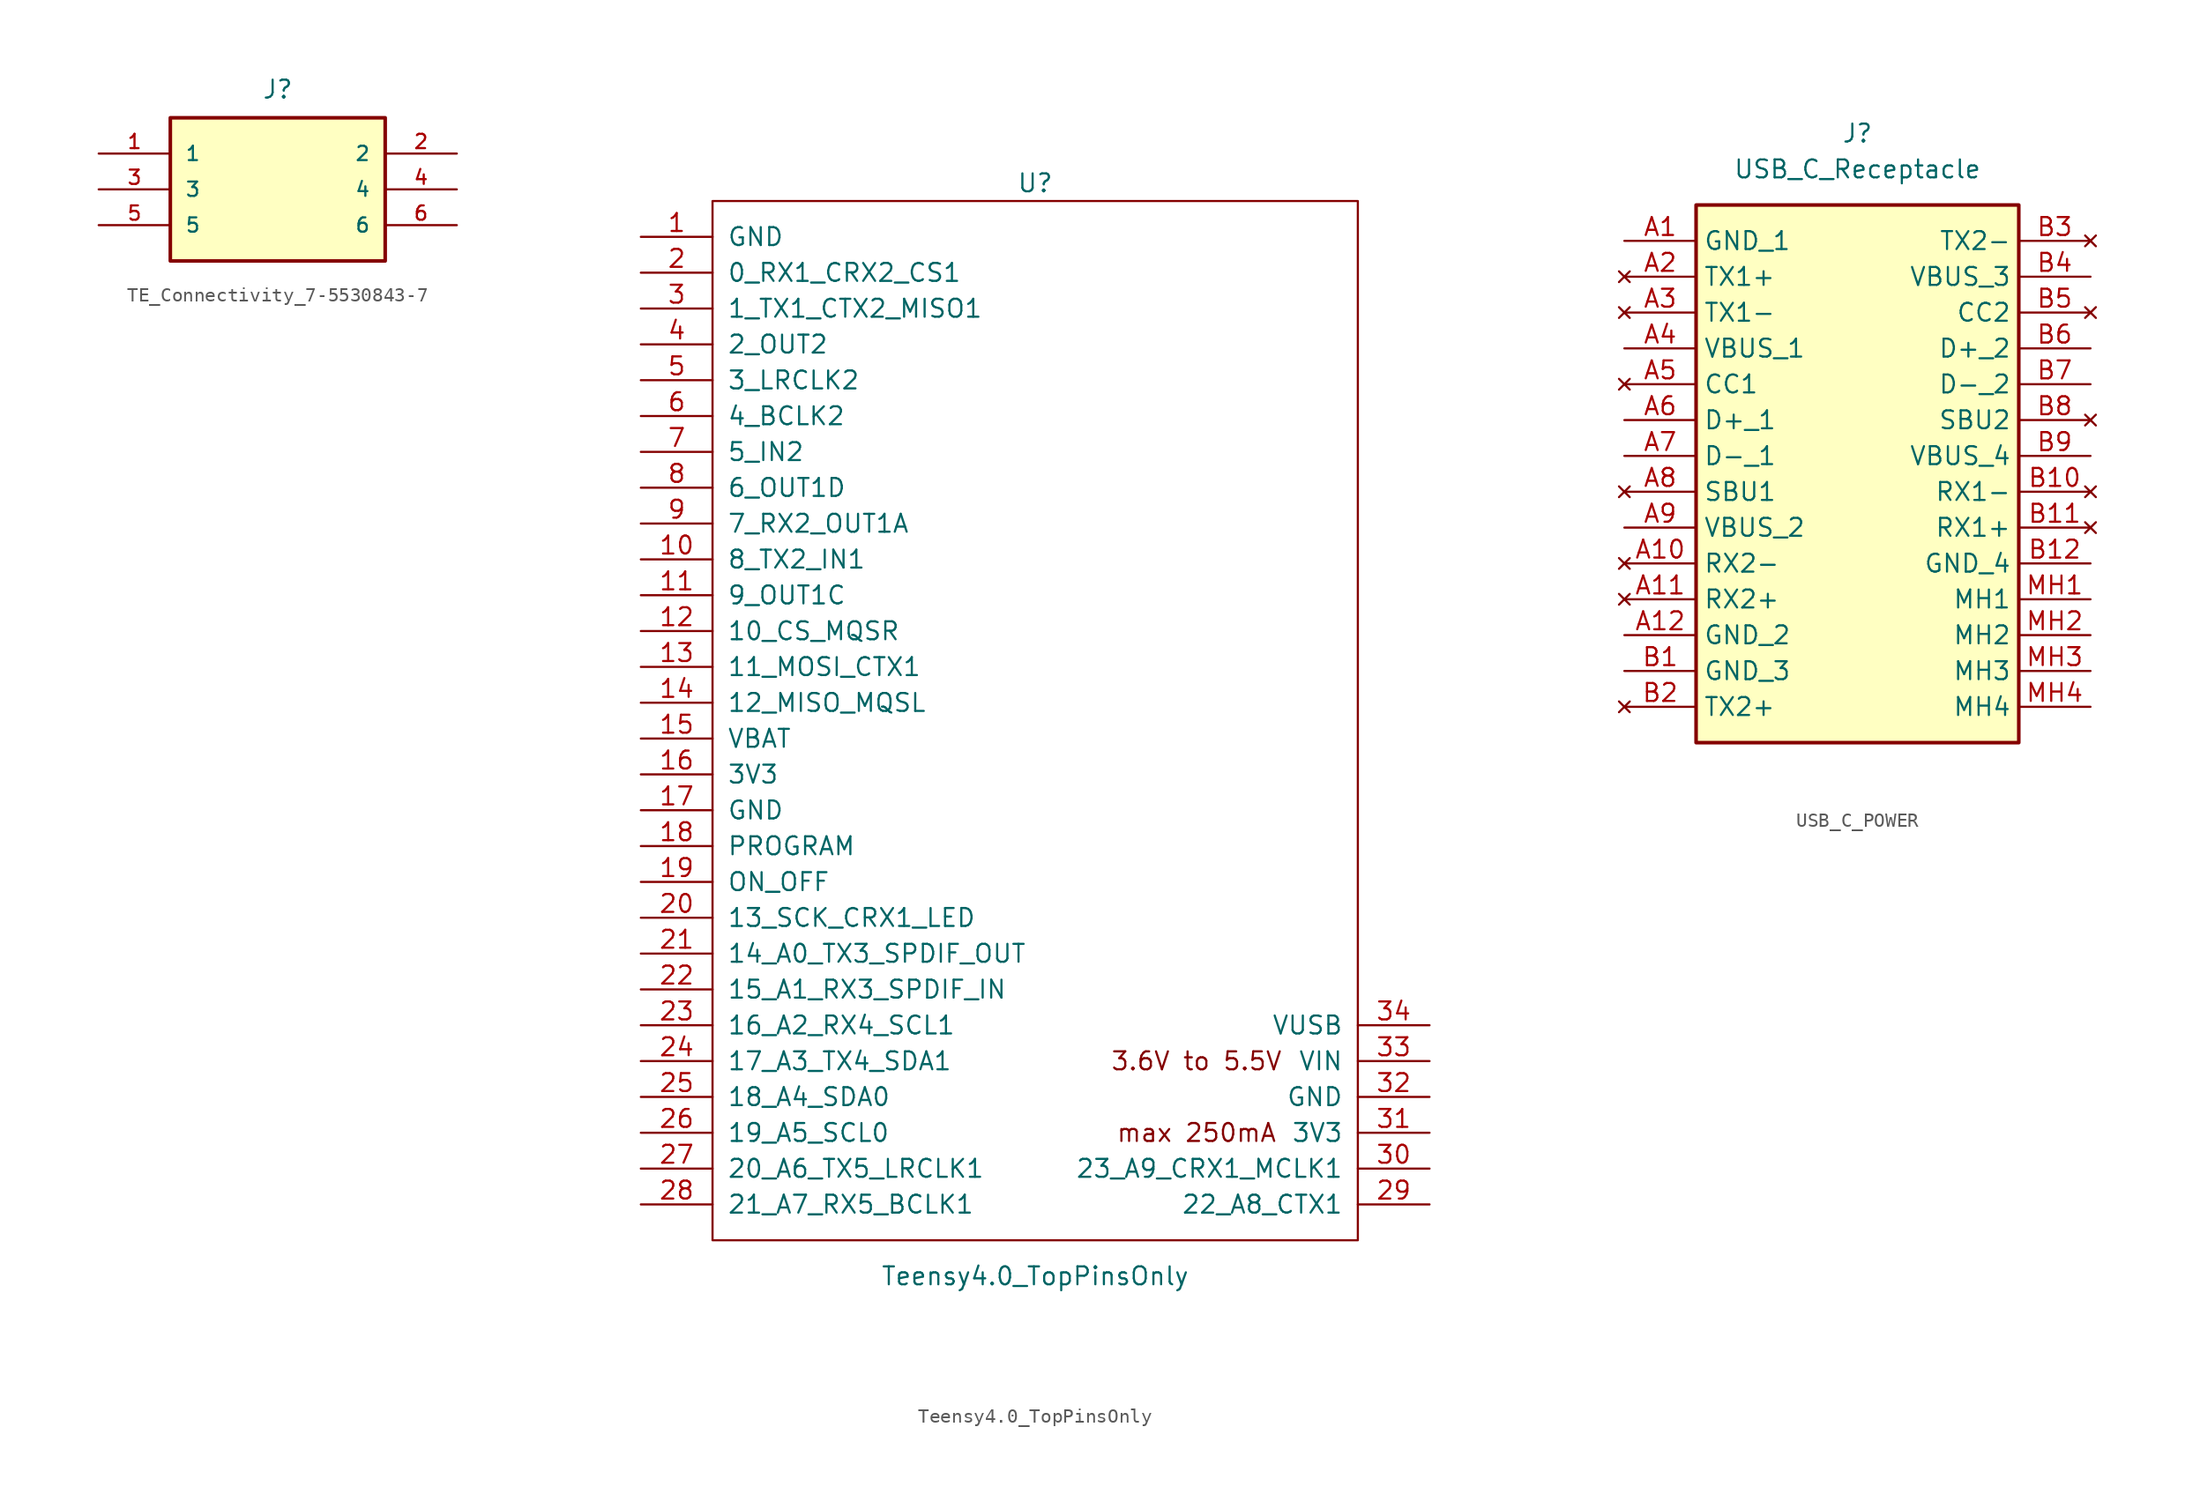
<source format=kicad_sym>
(kicad_symbol_lib
  (version 20220914)
  (generator kicad_symbol_editor)
  (symbol "TE_Connectivity_7-5530843-7"
    (pin_names
      (offset 1.016))
    (property "Reference" "J"
      (at 0 6.35 0)
      (effects (font (size 1.27 1.27)) (justify bottom)))
    (symbol "TE_Connectivity_7-5530843-7_0_0"
      (rectangle (start -7.62 -5.08) (end 7.62 5.08) (stroke (width 0.254) (type solid)) (fill (type background)))
      (pin passive line (at -12.7 2.54 0) (length 5.08) (name "1" (effects (font (size 1.016 1.016)))) (number "1" (effects (font (size 1.016 1.016)))))
      (pin passive line (at 12.7 2.54 180) (length 5.08) (name "2" (effects (font (size 1.016 1.016)))) (number "2" (effects (font (size 1.016 1.016)))))
      (pin passive line (at -12.7 0 0) (length 5.08) (name "3" (effects (font (size 1.016 1.016)))) (number "3" (effects (font (size 1.016 1.016)))))
      (pin passive line (at 12.7 0 180) (length 5.08) (name "4" (effects (font (size 1.016 1.016)))) (number "4" (effects (font (size 1.016 1.016)))))
      (pin passive line (at -12.7 -2.54 0) (length 5.08) (name "5" (effects (font (size 1.016 1.016)))) (number "5" (effects (font (size 1.016 1.016)))))
      (pin passive line (at 12.7 -2.54 180) (length 5.08) (name "6" (effects (font (size 1.016 1.016)))) (number "6" (effects (font (size 1.016 1.016)))))))
  (symbol "Teensy4.0_TopPinsOnly"
    (pin_names
      (offset 1.016))
    (property "Reference" "U"
      (at 0 38.1 0)
      (effects (font (size 1.27 1.27))))
    (property "Value" "Teensy4.0_TopPinsOnly"
      (at 0 -39.37 0)
      (effects (font (size 1.27 1.27))))
    (symbol "Teensy4.0_TopPinsOnly_0_0"
      (text "3.6V to 5.5V" (at 11.43 -24.13 0) (effects (font (size 1.27 1.27))))
      (text "max 250mA" (at 11.43 -29.21 0) (effects (font (size 1.27 1.27))))
      (pin bidirectional line (at -27.94 11.43 0) (length 5.08) (name "8_TX2_IN1" (effects (font (size 1.27 1.27)))) (number "10" (effects (font (size 1.27 1.27)))))
      (pin bidirectional line (at -27.94 8.89 0) (length 5.08) (name "9_OUT1C" (effects (font (size 1.27 1.27)))) (number "11" (effects (font (size 1.27 1.27)))))
      (pin bidirectional line (at -27.94 6.35 0) (length 5.08) (name "10_CS_MQSR" (effects (font (size 1.27 1.27)))) (number "12" (effects (font (size 1.27 1.27)))))
      (pin bidirectional line (at -27.94 3.81 0) (length 5.08) (name "11_MOSI_CTX1" (effects (font (size 1.27 1.27)))) (number "13" (effects (font (size 1.27 1.27)))))
      (pin bidirectional line (at -27.94 1.27 0) (length 5.08) (name "12_MISO_MQSL" (effects (font (size 1.27 1.27)))) (number "14" (effects (font (size 1.27 1.27)))))
      (pin power_in line (at -27.94 -1.27 0) (length 5.08) (name "VBAT" (effects (font (size 1.27 1.27)))) (number "15" (effects (font (size 1.27 1.27)))))
      (pin power_in line (at -27.94 -3.81 0) (length 5.08) (name "3V3" (effects (font (size 1.27 1.27)))) (number "16" (effects (font (size 1.27 1.27)))))
      (pin power_in line (at -27.94 -6.35 0) (length 5.08) (name "GND" (effects (font (size 1.27 1.27)))) (number "17" (effects (font (size 1.27 1.27)))))
      (pin input line (at -27.94 -8.89 0) (length 5.08) (name "PROGRAM" (effects (font (size 1.27 1.27)))) (number "18" (effects (font (size 1.27 1.27)))))
      (pin input line (at -27.94 -11.43 0) (length 5.08) (name "ON_OFF" (effects (font (size 1.27 1.27)))) (number "19" (effects (font (size 1.27 1.27)))))
      (pin bidirectional line (at -27.94 -13.97 0) (length 5.08) (name "13_SCK_CRX1_LED" (effects (font (size 1.27 1.27)))) (number "20" (effects (font (size 1.27 1.27)))))
      (pin bidirectional line (at -27.94 -16.51 0) (length 5.08) (name "14_A0_TX3_SPDIF_OUT" (effects (font (size 1.27 1.27)))) (number "21" (effects (font (size 1.27 1.27)))))
      (pin bidirectional line (at -27.94 -19.05 0) (length 5.08) (name "15_A1_RX3_SPDIF_IN" (effects (font (size 1.27 1.27)))) (number "22" (effects (font (size 1.27 1.27)))))
      (pin bidirectional line (at -27.94 -21.59 0) (length 5.08) (name "16_A2_RX4_SCL1" (effects (font (size 1.27 1.27)))) (number "23" (effects (font (size 1.27 1.27)))))
      (pin bidirectional line (at -27.94 -24.13 0) (length 5.08) (name "17_A3_TX4_SDA1" (effects (font (size 1.27 1.27)))) (number "24" (effects (font (size 1.27 1.27)))))
      (pin bidirectional line (at -27.94 -26.67 0) (length 5.08) (name "18_A4_SDA0" (effects (font (size 1.27 1.27)))) (number "25" (effects (font (size 1.27 1.27)))))
      (pin bidirectional line (at -27.94 -29.21 0) (length 5.08) (name "19_A5_SCL0" (effects (font (size 1.27 1.27)))) (number "26" (effects (font (size 1.27 1.27)))))
      (pin bidirectional line (at -27.94 -31.75 0) (length 5.08) (name "20_A6_TX5_LRCLK1" (effects (font (size 1.27 1.27)))) (number "27" (effects (font (size 1.27 1.27)))))
      (pin bidirectional line (at -27.94 -34.29 0) (length 5.08) (name "21_A7_RX5_BCLK1" (effects (font (size 1.27 1.27)))) (number "28" (effects (font (size 1.27 1.27)))))
      (pin bidirectional line (at 27.94 -34.29 180) (length 5.08) (name "22_A8_CTX1" (effects (font (size 1.27 1.27)))) (number "29" (effects (font (size 1.27 1.27)))))
      (pin bidirectional line (at 27.94 -31.75 180) (length 5.08) (name "23_A9_CRX1_MCLK1" (effects (font (size 1.27 1.27)))) (number "30" (effects (font (size 1.27 1.27)))))
      (pin power_out line (at 27.94 -29.21 180) (length 5.08) (name "3V3" (effects (font (size 1.27 1.27)))) (number "31" (effects (font (size 1.27 1.27)))))
      (pin power_in line (at 27.94 -26.67 180) (length 5.08) (name "GND" (effects (font (size 1.27 1.27)))) (number "32" (effects (font (size 1.27 1.27)))))
      (pin power_in line (at 27.94 -24.13 180) (length 5.08) (name "VIN" (effects (font (size 1.27 1.27)))) (number "33" (effects (font (size 1.27 1.27)))))
      (pin power_out line (at 27.94 -21.59 180) (length 5.08) (name "VUSB" (effects (font (size 1.27 1.27)))) (number "34" (effects (font (size 1.27 1.27)))))
      (pin bidirectional line (at -27.94 24.13 0) (length 5.08) (name "3_LRCLK2" (effects (font (size 1.27 1.27)))) (number "5" (effects (font (size 1.27 1.27)))))
      (pin bidirectional line (at -27.94 21.59 0) (length 5.08) (name "4_BCLK2" (effects (font (size 1.27 1.27)))) (number "6" (effects (font (size 1.27 1.27)))))
      (pin bidirectional line (at -27.94 19.05 0) (length 5.08) (name "5_IN2" (effects (font (size 1.27 1.27)))) (number "7" (effects (font (size 1.27 1.27)))))
      (pin bidirectional line (at -27.94 16.51 0) (length 5.08) (name "6_OUT1D" (effects (font (size 1.27 1.27)))) (number "8" (effects (font (size 1.27 1.27)))))
      (pin bidirectional line (at -27.94 13.97 0) (length 5.08) (name "7_RX2_OUT1A" (effects (font (size 1.27 1.27)))) (number "9" (effects (font (size 1.27 1.27))))))
    (symbol "Teensy4.0_TopPinsOnly_0_1"
      (rectangle (start -22.86 36.83) (end 22.86 -36.83) (stroke (width 0) (type solid)) (fill (type none)))
      (rectangle (start -20.32 -31.75) (end -20.32 -31.75) (stroke (width 0) (type solid)) (fill (type none))))
    (symbol "Teensy4.0_TopPinsOnly_1_1"
      (pin power_in line (at -27.94 34.29 0) (length 5.08) (name "GND" (effects (font (size 1.27 1.27)))) (number "1" (effects (font (size 1.27 1.27)))))
      (pin bidirectional line (at -27.94 31.75 0) (length 5.08) (name "0_RX1_CRX2_CS1" (effects (font (size 1.27 1.27)))) (number "2" (effects (font (size 1.27 1.27)))))
      (pin bidirectional line (at -27.94 29.21 0) (length 5.08) (name "1_TX1_CTX2_MISO1" (effects (font (size 1.27 1.27)))) (number "3" (effects (font (size 1.27 1.27)))))
      (pin bidirectional line (at -27.94 26.67 0) (length 5.08) (name "2_OUT2" (effects (font (size 1.27 1.27)))) (number "4" (effects (font (size 1.27 1.27)))))))
  (symbol "USB_C_POWER"
    (property "Reference" "J"
      (at 0 24.13 0)
      (effects (font (size 1.27 1.27))))
    (property "Value" "USB_C_Receptacle"
      (at 0 21.59 0)
      (effects (font (size 1.27 1.27))))
    (symbol "USB_C_POWER_1_1"
      (rectangle (start -11.43 19.05) (end 11.43 -19.05) (stroke (width 0.254) (type default)) (fill (type background)))
      (pin power_out line (at -16.51 16.51 0) (length 5.08) (name "GND_1" (effects (font (size 1.27 1.27)))) (number "A1" (effects (font (size 1.27 1.27)))))
      (pin no_connect line (at -16.51 -6.35 0) (length 5.08) (name "RX2-" (effects (font (size 1.27 1.27)))) (number "A10" (effects (font (size 1.27 1.27)))))
      (pin no_connect line (at -16.51 -8.89 0) (length 5.08) (name "RX2+" (effects (font (size 1.27 1.27)))) (number "A11" (effects (font (size 1.27 1.27)))))
      (pin passive line (at -16.51 -11.43 0) (length 5.08) (name "GND_2" (effects (font (size 1.27 1.27)))) (number "A12" (effects (font (size 1.27 1.27)))))
      (pin no_connect line (at -16.51 13.97 0) (length 5.08) (name "TX1+" (effects (font (size 1.27 1.27)))) (number "A2" (effects (font (size 1.27 1.27)))))
      (pin no_connect line (at -16.51 11.43 0) (length 5.08) (name "TX1-" (effects (font (size 1.27 1.27)))) (number "A3" (effects (font (size 1.27 1.27)))))
      (pin power_out line (at -16.51 8.89 0) (length 5.08) (name "VBUS_1" (effects (font (size 1.27 1.27)))) (number "A4" (effects (font (size 1.27 1.27)))))
      (pin no_connect line (at -16.51 6.35 0) (length 5.08) (name "CC1" (effects (font (size 1.27 1.27)))) (number "A5" (effects (font (size 1.27 1.27)))))
      (pin bidirectional line (at -16.51 3.81 0) (length 5.08) (name "D+_1" (effects (font (size 1.27 1.27)))) (number "A6" (effects (font (size 1.27 1.27)))))
      (pin bidirectional line (at -16.51 1.27 0) (length 5.08) (name "D-_1" (effects (font (size 1.27 1.27)))) (number "A7" (effects (font (size 1.27 1.27)))))
      (pin no_connect line (at -16.51 -1.27 0) (length 5.08) (name "SBU1" (effects (font (size 1.27 1.27)))) (number "A8" (effects (font (size 1.27 1.27)))))
      (pin passive line (at -16.51 -3.81 0) (length 5.08) (name "VBUS_2" (effects (font (size 1.27 1.27)))) (number "A9" (effects (font (size 1.27 1.27)))))
      (pin passive line (at -16.51 -13.97 0) (length 5.08) (name "GND_3" (effects (font (size 1.27 1.27)))) (number "B1" (effects (font (size 1.27 1.27)))))
      (pin no_connect line (at 16.51 -1.27 180) (length 5.08) (name "RX1-" (effects (font (size 1.27 1.27)))) (number "B10" (effects (font (size 1.27 1.27)))))
      (pin no_connect line (at 16.51 -3.81 180) (length 5.08) (name "RX1+" (effects (font (size 1.27 1.27)))) (number "B11" (effects (font (size 1.27 1.27)))))
      (pin passive line (at 16.51 -6.35 180) (length 5.08) (name "GND_4" (effects (font (size 1.27 1.27)))) (number "B12" (effects (font (size 1.27 1.27)))))
      (pin no_connect line (at -16.51 -16.51 0) (length 5.08) (name "TX2+" (effects (font (size 1.27 1.27)))) (number "B2" (effects (font (size 1.27 1.27)))))
      (pin no_connect line (at 16.51 16.51 180) (length 5.08) (name "TX2-" (effects (font (size 1.27 1.27)))) (number "B3" (effects (font (size 1.27 1.27)))))
      (pin passive line (at 16.51 13.97 180) (length 5.08) (name "VBUS_3" (effects (font (size 1.27 1.27)))) (number "B4" (effects (font (size 1.27 1.27)))))
      (pin no_connect line (at 16.51 11.43 180) (length 5.08) (name "CC2" (effects (font (size 1.27 1.27)))) (number "B5" (effects (font (size 1.27 1.27)))))
      (pin bidirectional line (at 16.51 8.89 180) (length 5.08) (name "D+_2" (effects (font (size 1.27 1.27)))) (number "B6" (effects (font (size 1.27 1.27)))))
      (pin bidirectional line (at 16.51 6.35 180) (length 5.08) (name "D-_2" (effects (font (size 1.27 1.27)))) (number "B7" (effects (font (size 1.27 1.27)))))
      (pin no_connect line (at 16.51 3.81 180) (length 5.08) (name "SBU2" (effects (font (size 1.27 1.27)))) (number "B8" (effects (font (size 1.27 1.27)))))
      (pin passive line (at 16.51 1.27 180) (length 5.08) (name "VBUS_4" (effects (font (size 1.27 1.27)))) (number "B9" (effects (font (size 1.27 1.27)))))
      (pin passive line (at 16.51 -8.89 180) (length 5.08) (name "MH1" (effects (font (size 1.27 1.27)))) (number "MH1" (effects (font (size 1.27 1.27)))))
      (pin passive line (at 16.51 -11.43 180) (length 5.08) (name "MH2" (effects (font (size 1.27 1.27)))) (number "MH2" (effects (font (size 1.27 1.27)))))
      (pin passive line (at 16.51 -13.97 180) (length 5.08) (name "MH3" (effects (font (size 1.27 1.27)))) (number "MH3" (effects (font (size 1.27 1.27)))))
      (pin passive line (at 16.51 -16.51 180) (length 5.08) (name "MH4" (effects (font (size 1.27 1.27)))) (number "MH4" (effects (font (size 1.27 1.27))))))))
</source>
